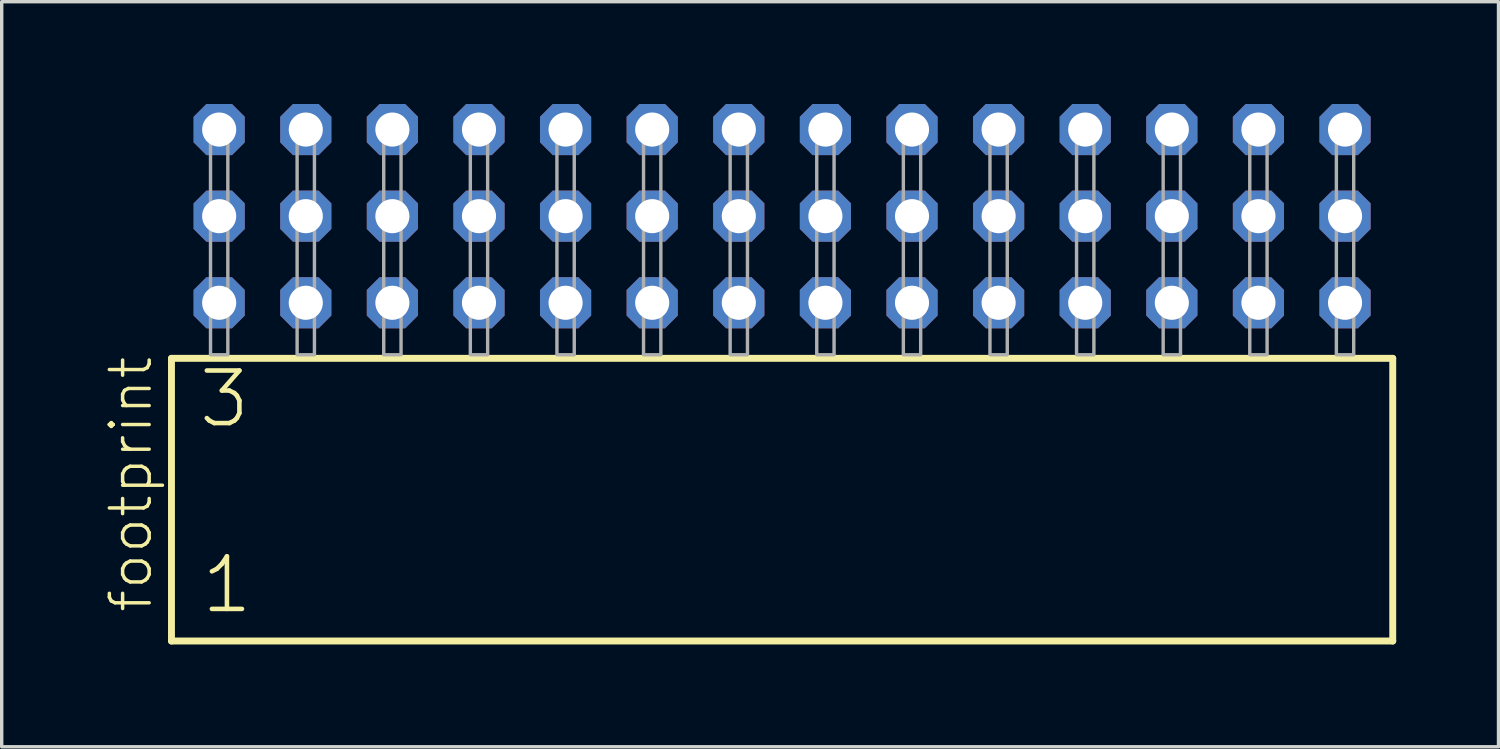
<source format=kicad_pcb>
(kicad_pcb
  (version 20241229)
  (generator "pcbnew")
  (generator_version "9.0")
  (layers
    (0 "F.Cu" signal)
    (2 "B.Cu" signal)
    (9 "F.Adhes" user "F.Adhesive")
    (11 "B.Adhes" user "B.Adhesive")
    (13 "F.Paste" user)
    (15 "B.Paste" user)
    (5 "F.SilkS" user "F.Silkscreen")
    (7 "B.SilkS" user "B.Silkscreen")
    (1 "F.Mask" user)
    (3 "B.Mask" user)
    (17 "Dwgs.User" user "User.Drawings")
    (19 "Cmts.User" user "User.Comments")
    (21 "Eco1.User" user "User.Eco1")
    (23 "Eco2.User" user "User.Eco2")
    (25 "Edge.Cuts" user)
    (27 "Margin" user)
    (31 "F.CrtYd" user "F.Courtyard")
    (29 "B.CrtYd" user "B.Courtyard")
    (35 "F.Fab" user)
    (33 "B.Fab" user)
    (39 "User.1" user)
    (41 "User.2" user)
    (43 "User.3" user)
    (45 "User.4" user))
  (footprint "footprint"
    (layer "F.Cu")
    (at 19.888 7.354)
    (property "Reference" "footprint" (at -18.415 7.62 90) (layer "F.SilkS") (effects (font (size 1.168 1.168) (thickness 0.102)) (justify left bottom)))
    (fp_line (start -17.909 0.106) (end -17.909 8.396) (stroke (width 0.203) (type solid)) (layer "F.SilkS"))
    (fp_line (start -17.909 8.396) (end 17.909 8.396) (stroke (width 0.203) (type solid)) (layer "F.SilkS"))
    (fp_line (start 17.909 0.106) (end -17.909 0.106) (stroke (width 0.203) (type solid)) (layer "F.SilkS"))
    (fp_line (start 17.909 8.396) (end 17.909 0.106) (stroke (width 0.203) (type solid)) (layer "F.SilkS"))
    (fp_poly (pts (xy -16.764 0) (xy -16.256 0) (xy -16.256 -6.858) (xy -16.764 -6.858)) (stroke (width 0.1) (type solid)) (fill no) (layer "F.Fab"))
    (fp_poly (pts (xy -14.224 0) (xy -13.716 0) (xy -13.716 -6.858) (xy -14.224 -6.858)) (stroke (width 0.1) (type solid)) (fill no) (layer "F.Fab"))
    (fp_poly (pts (xy -11.684 0) (xy -11.176 0) (xy -11.176 -6.858) (xy -11.684 -6.858)) (stroke (width 0.1) (type solid)) (fill no) (layer "F.Fab"))
    (fp_poly (pts (xy -9.144 0) (xy -8.636 0) (xy -8.636 -6.858) (xy -9.144 -6.858)) (stroke (width 0.1) (type solid)) (fill no) (layer "F.Fab"))
    (fp_poly (pts (xy -6.604 0) (xy -6.096 0) (xy -6.096 -6.858) (xy -6.604 -6.858)) (stroke (width 0.1) (type solid)) (fill no) (layer "F.Fab"))
    (fp_poly (pts (xy -4.064 0) (xy -3.556 0) (xy -3.556 -6.858) (xy -4.064 -6.858)) (stroke (width 0.1) (type solid)) (fill no) (layer "F.Fab"))
    (fp_poly (pts (xy -1.524 0) (xy -1.016 0) (xy -1.016 -6.858) (xy -1.524 -6.858)) (stroke (width 0.1) (type solid)) (fill no) (layer "F.Fab"))
    (fp_poly (pts (xy 1.016 0) (xy 1.524 0) (xy 1.524 -6.858) (xy 1.016 -6.858)) (stroke (width 0.1) (type solid)) (fill no) (layer "F.Fab"))
    (fp_poly (pts (xy 3.556 0) (xy 4.064 0) (xy 4.064 -6.858) (xy 3.556 -6.858)) (stroke (width 0.1) (type solid)) (fill no) (layer "F.Fab"))
    (fp_poly (pts (xy 6.096 0) (xy 6.604 0) (xy 6.604 -6.858) (xy 6.096 -6.858)) (stroke (width 0.1) (type solid)) (fill no) (layer "F.Fab"))
    (fp_poly (pts (xy 8.636 0) (xy 9.144 0) (xy 9.144 -6.858) (xy 8.636 -6.858)) (stroke (width 0.1) (type solid)) (fill no) (layer "F.Fab"))
    (fp_poly (pts (xy 11.176 0) (xy 11.684 0) (xy 11.684 -6.858) (xy 11.176 -6.858)) (stroke (width 0.1) (type solid)) (fill no) (layer "F.Fab"))
    (fp_poly (pts (xy 13.716 0) (xy 14.224 0) (xy 14.224 -6.858) (xy 13.716 -6.858)) (stroke (width 0.1) (type solid)) (fill no) (layer "F.Fab"))
    (fp_poly (pts (xy 16.256 0) (xy 16.764 0) (xy 16.764 -6.858) (xy 16.256 -6.858)) (stroke (width 0.1) (type solid)) (fill no) (layer "F.Fab"))
    (fp_text user "3" (at -17.18 2.2 0) (layer "F.SilkS") (effects (font (size 1.542 1.542) (thickness 0.134)) (justify left bottom)))
    (fp_text user "1" (at -17.105 7.65 0) (layer "F.SilkS") (effects (font (size 1.542 1.542) (thickness 0.134)) (justify left bottom)))
    (pad "1" thru_hole roundrect (at -16.51 -1.524) (size 1.5 1.5) (drill 1) (layers "*.Cu" "*.Mask") (roundrect_rratio 0.25) (chamfer_ratio 0.25) (chamfer top_left top_right bottom_left bottom_right))
    (pad "2" thru_hole roundrect (at -16.51 -4.064) (size 1.5 1.5) (drill 1) (layers "*.Cu" "*.Mask") (roundrect_rratio 0.25) (chamfer_ratio 0.25) (chamfer top_left top_right bottom_left bottom_right))
    (pad "3" thru_hole roundrect (at -16.51 -6.604) (size 1.5 1.5) (drill 1) (layers "*.Cu" "*.Mask") (roundrect_rratio 0.25) (chamfer_ratio 0.25) (chamfer top_left top_right bottom_left bottom_right))
    (pad "4" thru_hole roundrect (at -13.97 -1.524) (size 1.5 1.5) (drill 1) (layers "*.Cu" "*.Mask") (roundrect_rratio 0.25) (chamfer_ratio 0.25) (chamfer top_left top_right bottom_left bottom_right))
    (pad "5" thru_hole roundrect (at -13.97 -4.064) (size 1.5 1.5) (drill 1) (layers "*.Cu" "*.Mask") (roundrect_rratio 0.25) (chamfer_ratio 0.25) (chamfer top_left top_right bottom_left bottom_right))
    (pad "6" thru_hole roundrect (at -13.97 -6.604) (size 1.5 1.5) (drill 1) (layers "*.Cu" "*.Mask") (roundrect_rratio 0.25) (chamfer_ratio 0.25) (chamfer top_left top_right bottom_left bottom_right))
    (pad "7" thru_hole roundrect (at -11.43 -1.524) (size 1.5 1.5) (drill 1) (layers "*.Cu" "*.Mask") (roundrect_rratio 0.25) (chamfer_ratio 0.25) (chamfer top_left top_right bottom_left bottom_right))
    (pad "8" thru_hole roundrect (at -11.43 -4.064) (size 1.5 1.5) (drill 1) (layers "*.Cu" "*.Mask") (roundrect_rratio 0.25) (chamfer_ratio 0.25) (chamfer top_left top_right bottom_left bottom_right))
    (pad "9" thru_hole roundrect (at -11.43 -6.604) (size 1.5 1.5) (drill 1) (layers "*.Cu" "*.Mask") (roundrect_rratio 0.25) (chamfer_ratio 0.25) (chamfer top_left top_right bottom_left bottom_right))
    (pad "10" thru_hole roundrect (at -8.89 -1.524) (size 1.5 1.5) (drill 1) (layers "*.Cu" "*.Mask") (roundrect_rratio 0.25) (chamfer_ratio 0.25) (chamfer top_left top_right bottom_left bottom_right))
    (pad "11" thru_hole roundrect (at -8.89 -4.064) (size 1.5 1.5) (drill 1) (layers "*.Cu" "*.Mask") (roundrect_rratio 0.25) (chamfer_ratio 0.25) (chamfer top_left top_right bottom_left bottom_right))
    (pad "12" thru_hole roundrect (at -8.89 -6.604) (size 1.5 1.5) (drill 1) (layers "*.Cu" "*.Mask") (roundrect_rratio 0.25) (chamfer_ratio 0.25) (chamfer top_left top_right bottom_left bottom_right))
    (pad "13" thru_hole roundrect (at -6.35 -1.524) (size 1.5 1.5) (drill 1) (layers "*.Cu" "*.Mask") (roundrect_rratio 0.25) (chamfer_ratio 0.25) (chamfer top_left top_right bottom_left bottom_right))
    (pad "14" thru_hole roundrect (at -6.35 -4.064) (size 1.5 1.5) (drill 1) (layers "*.Cu" "*.Mask") (roundrect_rratio 0.25) (chamfer_ratio 0.25) (chamfer top_left top_right bottom_left bottom_right))
    (pad "15" thru_hole roundrect (at -6.35 -6.604) (size 1.5 1.5) (drill 1) (layers "*.Cu" "*.Mask") (roundrect_rratio 0.25) (chamfer_ratio 0.25) (chamfer top_left top_right bottom_left bottom_right))
    (pad "16" thru_hole roundrect (at -3.81 -1.524) (size 1.5 1.5) (drill 1) (layers "*.Cu" "*.Mask") (roundrect_rratio 0.25) (chamfer_ratio 0.25) (chamfer top_left top_right bottom_left bottom_right))
    (pad "17" thru_hole roundrect (at -3.81 -4.064) (size 1.5 1.5) (drill 1) (layers "*.Cu" "*.Mask") (roundrect_rratio 0.25) (chamfer_ratio 0.25) (chamfer top_left top_right bottom_left bottom_right))
    (pad "18" thru_hole roundrect (at -3.81 -6.604) (size 1.5 1.5) (drill 1) (layers "*.Cu" "*.Mask") (roundrect_rratio 0.25) (chamfer_ratio 0.25) (chamfer top_left top_right bottom_left bottom_right))
    (pad "19" thru_hole roundrect (at -1.27 -1.524) (size 1.5 1.5) (drill 1) (layers "*.Cu" "*.Mask") (roundrect_rratio 0.25) (chamfer_ratio 0.25) (chamfer top_left top_right bottom_left bottom_right))
    (pad "20" thru_hole roundrect (at -1.27 -4.064) (size 1.5 1.5) (drill 1) (layers "*.Cu" "*.Mask") (roundrect_rratio 0.25) (chamfer_ratio 0.25) (chamfer top_left top_right bottom_left bottom_right))
    (pad "21" thru_hole roundrect (at -1.27 -6.604) (size 1.5 1.5) (drill 1) (layers "*.Cu" "*.Mask") (roundrect_rratio 0.25) (chamfer_ratio 0.25) (chamfer top_left top_right bottom_left bottom_right))
    (pad "22" thru_hole roundrect (at 1.27 -1.524) (size 1.5 1.5) (drill 1) (layers "*.Cu" "*.Mask") (roundrect_rratio 0.25) (chamfer_ratio 0.25) (chamfer top_left top_right bottom_left bottom_right))
    (pad "23" thru_hole roundrect (at 1.27 -4.064) (size 1.5 1.5) (drill 1) (layers "*.Cu" "*.Mask") (roundrect_rratio 0.25) (chamfer_ratio 0.25) (chamfer top_left top_right bottom_left bottom_right))
    (pad "24" thru_hole roundrect (at 1.27 -6.604) (size 1.5 1.5) (drill 1) (layers "*.Cu" "*.Mask") (roundrect_rratio 0.25) (chamfer_ratio 0.25) (chamfer top_left top_right bottom_left bottom_right))
    (pad "25" thru_hole roundrect (at 3.81 -1.524) (size 1.5 1.5) (drill 1) (layers "*.Cu" "*.Mask") (roundrect_rratio 0.25) (chamfer_ratio 0.25) (chamfer top_left top_right bottom_left bottom_right))
    (pad "26" thru_hole roundrect (at 3.81 -4.064) (size 1.5 1.5) (drill 1) (layers "*.Cu" "*.Mask") (roundrect_rratio 0.25) (chamfer_ratio 0.25) (chamfer top_left top_right bottom_left bottom_right))
    (pad "27" thru_hole roundrect (at 3.81 -6.604) (size 1.5 1.5) (drill 1) (layers "*.Cu" "*.Mask") (roundrect_rratio 0.25) (chamfer_ratio 0.25) (chamfer top_left top_right bottom_left bottom_right))
    (pad "28" thru_hole roundrect (at 6.35 -1.524) (size 1.5 1.5) (drill 1) (layers "*.Cu" "*.Mask") (roundrect_rratio 0.25) (chamfer_ratio 0.25) (chamfer top_left top_right bottom_left bottom_right))
    (pad "29" thru_hole roundrect (at 6.35 -4.064) (size 1.5 1.5) (drill 1) (layers "*.Cu" "*.Mask") (roundrect_rratio 0.25) (chamfer_ratio 0.25) (chamfer top_left top_right bottom_left bottom_right))
    (pad "30" thru_hole roundrect (at 6.35 -6.604) (size 1.5 1.5) (drill 1) (layers "*.Cu" "*.Mask") (roundrect_rratio 0.25) (chamfer_ratio 0.25) (chamfer top_left top_right bottom_left bottom_right))
    (pad "31" thru_hole roundrect (at 8.89 -1.524) (size 1.5 1.5) (drill 1) (layers "*.Cu" "*.Mask") (roundrect_rratio 0.25) (chamfer_ratio 0.25) (chamfer top_left top_right bottom_left bottom_right))
    (pad "32" thru_hole roundrect (at 8.89 -4.064) (size 1.5 1.5) (drill 1) (layers "*.Cu" "*.Mask") (roundrect_rratio 0.25) (chamfer_ratio 0.25) (chamfer top_left top_right bottom_left bottom_right))
    (pad "33" thru_hole roundrect (at 8.89 -6.604) (size 1.5 1.5) (drill 1) (layers "*.Cu" "*.Mask") (roundrect_rratio 0.25) (chamfer_ratio 0.25) (chamfer top_left top_right bottom_left bottom_right))
    (pad "34" thru_hole roundrect (at 11.43 -1.524) (size 1.5 1.5) (drill 1) (layers "*.Cu" "*.Mask") (roundrect_rratio 0.25) (chamfer_ratio 0.25) (chamfer top_left top_right bottom_left bottom_right))
    (pad "35" thru_hole roundrect (at 11.43 -4.064) (size 1.5 1.5) (drill 1) (layers "*.Cu" "*.Mask") (roundrect_rratio 0.25) (chamfer_ratio 0.25) (chamfer top_left top_right bottom_left bottom_right))
    (pad "36" thru_hole roundrect (at 11.43 -6.604) (size 1.5 1.5) (drill 1) (layers "*.Cu" "*.Mask") (roundrect_rratio 0.25) (chamfer_ratio 0.25) (chamfer top_left top_right bottom_left bottom_right))
    (pad "37" thru_hole roundrect (at 13.97 -1.524) (size 1.5 1.5) (drill 1) (layers "*.Cu" "*.Mask") (roundrect_rratio 0.25) (chamfer_ratio 0.25) (chamfer top_left top_right bottom_left bottom_right))
    (pad "38" thru_hole roundrect (at 13.97 -4.064) (size 1.5 1.5) (drill 1) (layers "*.Cu" "*.Mask") (roundrect_rratio 0.25) (chamfer_ratio 0.25) (chamfer top_left top_right bottom_left bottom_right))
    (pad "39" thru_hole roundrect (at 13.97 -6.604) (size 1.5 1.5) (drill 1) (layers "*.Cu" "*.Mask") (roundrect_rratio 0.25) (chamfer_ratio 0.25) (chamfer top_left top_right bottom_left bottom_right))
    (pad "40" thru_hole roundrect (at 16.51 -1.524) (size 1.5 1.5) (drill 1) (layers "*.Cu" "*.Mask") (roundrect_rratio 0.25) (chamfer_ratio 0.25) (chamfer top_left top_right bottom_left bottom_right))
    (pad "41" thru_hole roundrect (at 16.51 -4.064) (size 1.5 1.5) (drill 1) (layers "*.Cu" "*.Mask") (roundrect_rratio 0.25) (chamfer_ratio 0.25) (chamfer top_left top_right bottom_left bottom_right))
    (pad "42" thru_hole roundrect (at 16.51 -6.604) (size 1.5 1.5) (drill 1) (layers "*.Cu" "*.Mask") (roundrect_rratio 0.25) (chamfer_ratio 0.25) (chamfer top_left top_right bottom_left bottom_right)))
  (gr_rect
    (start -3 -3)
    (end 40.899 18.852)
    (stroke (width 0.1) (type default))
    (fill no)
    (layer "Edge.Cuts")))
</source>
